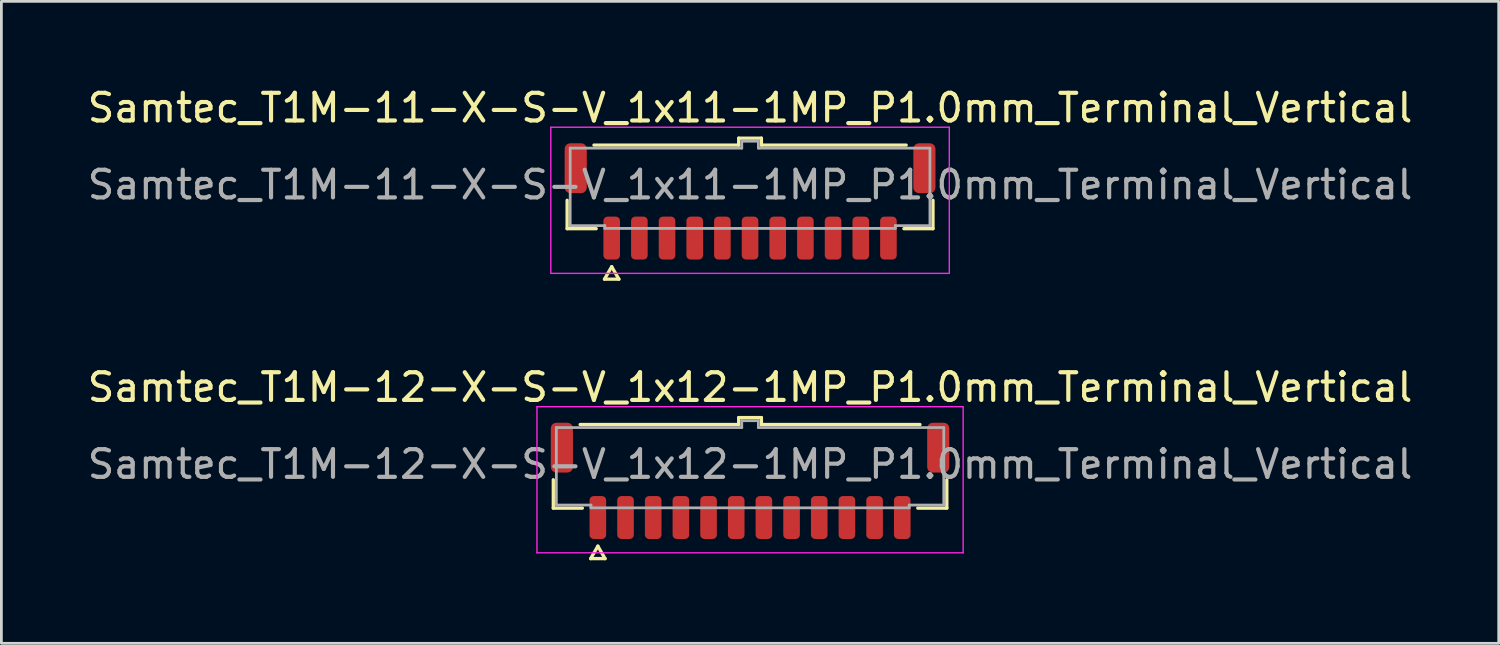
<source format=kicad_pcb>
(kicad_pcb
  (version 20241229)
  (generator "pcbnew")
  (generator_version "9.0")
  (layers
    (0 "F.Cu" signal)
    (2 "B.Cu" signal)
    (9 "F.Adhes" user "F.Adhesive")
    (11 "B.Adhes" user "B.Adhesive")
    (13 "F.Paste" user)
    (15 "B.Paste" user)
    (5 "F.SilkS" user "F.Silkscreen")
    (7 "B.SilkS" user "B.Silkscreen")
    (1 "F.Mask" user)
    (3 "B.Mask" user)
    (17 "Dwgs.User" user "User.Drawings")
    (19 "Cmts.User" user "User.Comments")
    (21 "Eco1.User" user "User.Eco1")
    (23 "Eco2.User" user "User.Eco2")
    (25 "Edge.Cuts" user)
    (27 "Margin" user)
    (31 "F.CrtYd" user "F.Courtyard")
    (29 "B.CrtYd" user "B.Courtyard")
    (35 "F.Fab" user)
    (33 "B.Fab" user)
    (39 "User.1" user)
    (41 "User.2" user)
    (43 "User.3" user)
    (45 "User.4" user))
  (footprint "Samtec_T1M-11-X-S-V_1x11-1MP_P1.0mm_Terminal_Vertical"
    (layer "F.Cu")
    (at 24.054 3.628)
    (property "Reference" "Samtec_T1M-11-X-S-V_1x11-1MP_P1.0mm_Terminal_Vertical" (at 0 -2.78 0) (layer "F.SilkS") (effects (font (size 1 1) (thickness 0.15))))
    (attr smd)
    (fp_line (start -6.61 1.585) (end -6.61 0.56) (stroke (width 0.12) (type solid)) (layer "F.SilkS"))
    (fp_line (start -5.64 -1.435) (end -0.41 -1.435) (stroke (width 0.12) (type solid)) (layer "F.SilkS"))
    (fp_line (start -5.56 1.585) (end -6.61 1.585) (stroke (width 0.12) (type solid)) (layer "F.SilkS"))
    (fp_line (start -5.26 3.41) (end -5 2.96) (stroke (width 0.12) (type solid)) (layer "F.SilkS"))
    (fp_line (start -5 2.96) (end -4.74 3.41) (stroke (width 0.12) (type solid)) (layer "F.SilkS"))
    (fp_line (start -4.74 3.41) (end -5.26 3.41) (stroke (width 0.12) (type solid)) (layer "F.SilkS"))
    (fp_line (start -0.41 -1.685) (end 0.41 -1.685) (stroke (width 0.12) (type solid)) (layer "F.SilkS"))
    (fp_line (start -0.41 -1.435) (end -0.41 -1.685) (stroke (width 0.12) (type solid)) (layer "F.SilkS"))
    (fp_line (start 0.41 -1.685) (end 0.41 -1.435) (stroke (width 0.12) (type solid)) (layer "F.SilkS"))
    (fp_line (start 0.41 -1.435) (end 5.64 -1.435) (stroke (width 0.12) (type solid)) (layer "F.SilkS"))
    (fp_line (start 6.61 0.56) (end 6.61 1.585) (stroke (width 0.12) (type solid)) (layer "F.SilkS"))
    (fp_line (start 6.61 1.585) (end 5.56 1.585) (stroke (width 0.12) (type solid)) (layer "F.SilkS"))
    (fp_line (start -7.2 -2.08) (end -7.2 3.2) (stroke (width 0.05) (type solid)) (layer "F.CrtYd"))
    (fp_line (start -7.2 3.2) (end 7.2 3.2) (stroke (width 0.05) (type solid)) (layer "F.CrtYd"))
    (fp_line (start 7.2 -2.08) (end -7.2 -2.08) (stroke (width 0.05) (type solid)) (layer "F.CrtYd"))
    (fp_line (start 7.2 3.2) (end 7.2 -2.08) (stroke (width 0.05) (type solid)) (layer "F.CrtYd"))
    (fp_line (start -6.5 -1.325) (end -0.3 -1.325) (stroke (width 0.1) (type solid)) (layer "F.Fab"))
    (fp_line (start -6.5 1.475) (end -6.5 -1.325) (stroke (width 0.1) (type solid)) (layer "F.Fab"))
    (fp_line (start -5.25 1.475) (end -6.5 1.475) (stroke (width 0.1) (type solid)) (layer "F.Fab"))
    (fp_line (start -5.25 1.575) (end -5.25 1.475) (stroke (width 0.1) (type solid)) (layer "F.Fab"))
    (fp_line (start -0.3 -1.575) (end 0.3 -1.575) (stroke (width 0.1) (type solid)) (layer "F.Fab"))
    (fp_line (start -0.3 -1.325) (end -0.3 -1.575) (stroke (width 0.1) (type solid)) (layer "F.Fab"))
    (fp_line (start 0.3 -1.575) (end 0.3 -1.325) (stroke (width 0.1) (type solid)) (layer "F.Fab"))
    (fp_line (start 0.3 -1.325) (end 6.5 -1.325) (stroke (width 0.1) (type solid)) (layer "F.Fab"))
    (fp_line (start 5.25 1.475) (end 5.25 1.575) (stroke (width 0.1) (type solid)) (layer "F.Fab"))
    (fp_line (start 5.25 1.575) (end -5.25 1.575) (stroke (width 0.1) (type solid)) (layer "F.Fab"))
    (fp_line (start 6.5 -1.325) (end 6.5 1.475) (stroke (width 0.1) (type solid)) (layer "F.Fab"))
    (fp_line (start 6.5 1.475) (end 5.25 1.475) (stroke (width 0.1) (type solid)) (layer "F.Fab"))
    (fp_text user "${REFERENCE}" (at 0 0 0) (layer "F.Fab") (effects (font (size 1 1) (thickness 0.15))))
    (pad "1" smd roundrect (at -5 1.925) (size 0.6 1.55) (layers "F.Cu" "F.Mask" "F.Paste") (roundrect_rratio 0.25))
    (pad "2" smd roundrect (at -4 1.925) (size 0.6 1.55) (layers "F.Cu" "F.Mask" "F.Paste") (roundrect_rratio 0.25))
    (pad "3" smd roundrect (at -3 1.925) (size 0.6 1.55) (layers "F.Cu" "F.Mask" "F.Paste") (roundrect_rratio 0.25))
    (pad "4" smd roundrect (at -2 1.925) (size 0.6 1.55) (layers "F.Cu" "F.Mask" "F.Paste") (roundrect_rratio 0.25))
    (pad "5" smd roundrect (at -1 1.925) (size 0.6 1.55) (layers "F.Cu" "F.Mask" "F.Paste") (roundrect_rratio 0.25))
    (pad "6" smd roundrect (at 0 1.925) (size 0.6 1.55) (layers "F.Cu" "F.Mask" "F.Paste") (roundrect_rratio 0.25))
    (pad "7" smd roundrect (at 1 1.925) (size 0.6 1.55) (layers "F.Cu" "F.Mask" "F.Paste") (roundrect_rratio 0.25))
    (pad "8" smd roundrect (at 2 1.925) (size 0.6 1.55) (layers "F.Cu" "F.Mask" "F.Paste") (roundrect_rratio 0.25))
    (pad "9" smd roundrect (at 3 1.925) (size 0.6 1.55) (layers "F.Cu" "F.Mask" "F.Paste") (roundrect_rratio 0.25))
    (pad "10" smd roundrect (at 4 1.925) (size 0.6 1.55) (layers "F.Cu" "F.Mask" "F.Paste") (roundrect_rratio 0.25))
    (pad "11" smd roundrect (at 5 1.925) (size 0.6 1.55) (layers "F.Cu" "F.Mask" "F.Paste") (roundrect_rratio 0.25))
    (pad "MP" smd roundrect (at -6.3 -0.6) (size 0.8 1.8) (layers "F.Cu" "F.Mask" "F.Paste") (roundrect_rratio 0.25))
    (pad "MP" smd roundrect (at 6.3 -0.6) (size 0.8 1.8) (layers "F.Cu" "F.Mask" "F.Paste") (roundrect_rratio 0.25)))
  (footprint "Samtec_T1M-12-X-S-V_1x12-1MP_P1.0mm_Terminal_Vertical"
    (layer "F.Cu")
    (at 24.054 13.726)
    (property "Reference" "Samtec_T1M-12-X-S-V_1x12-1MP_P1.0mm_Terminal_Vertical" (at 0 -2.78 0) (layer "F.SilkS") (effects (font (size 1 1) (thickness 0.15))))
    (attr smd)
    (fp_line (start -7.11 1.585) (end -7.11 0.56) (stroke (width 0.12) (type solid)) (layer "F.SilkS"))
    (fp_line (start -6.14 -1.435) (end -0.41 -1.435) (stroke (width 0.12) (type solid)) (layer "F.SilkS"))
    (fp_line (start -6.06 1.585) (end -7.11 1.585) (stroke (width 0.12) (type solid)) (layer "F.SilkS"))
    (fp_line (start -5.76 3.41) (end -5.5 2.96) (stroke (width 0.12) (type solid)) (layer "F.SilkS"))
    (fp_line (start -5.5 2.96) (end -5.24 3.41) (stroke (width 0.12) (type solid)) (layer "F.SilkS"))
    (fp_line (start -5.24 3.41) (end -5.76 3.41) (stroke (width 0.12) (type solid)) (layer "F.SilkS"))
    (fp_line (start -0.41 -1.685) (end 0.41 -1.685) (stroke (width 0.12) (type solid)) (layer "F.SilkS"))
    (fp_line (start -0.41 -1.435) (end -0.41 -1.685) (stroke (width 0.12) (type solid)) (layer "F.SilkS"))
    (fp_line (start 0.41 -1.685) (end 0.41 -1.435) (stroke (width 0.12) (type solid)) (layer "F.SilkS"))
    (fp_line (start 0.41 -1.435) (end 6.14 -1.435) (stroke (width 0.12) (type solid)) (layer "F.SilkS"))
    (fp_line (start 7.11 0.56) (end 7.11 1.585) (stroke (width 0.12) (type solid)) (layer "F.SilkS"))
    (fp_line (start 7.11 1.585) (end 6.06 1.585) (stroke (width 0.12) (type solid)) (layer "F.SilkS"))
    (fp_line (start -7.7 -2.08) (end -7.7 3.2) (stroke (width 0.05) (type solid)) (layer "F.CrtYd"))
    (fp_line (start -7.7 3.2) (end 7.7 3.2) (stroke (width 0.05) (type solid)) (layer "F.CrtYd"))
    (fp_line (start 7.7 -2.08) (end -7.7 -2.08) (stroke (width 0.05) (type solid)) (layer "F.CrtYd"))
    (fp_line (start 7.7 3.2) (end 7.7 -2.08) (stroke (width 0.05) (type solid)) (layer "F.CrtYd"))
    (fp_line (start -7 -1.325) (end -0.3 -1.325) (stroke (width 0.1) (type solid)) (layer "F.Fab"))
    (fp_line (start -7 1.475) (end -7 -1.325) (stroke (width 0.1) (type solid)) (layer "F.Fab"))
    (fp_line (start -5.75 1.475) (end -7 1.475) (stroke (width 0.1) (type solid)) (layer "F.Fab"))
    (fp_line (start -5.75 1.575) (end -5.75 1.475) (stroke (width 0.1) (type solid)) (layer "F.Fab"))
    (fp_line (start -0.3 -1.575) (end 0.3 -1.575) (stroke (width 0.1) (type solid)) (layer "F.Fab"))
    (fp_line (start -0.3 -1.325) (end -0.3 -1.575) (stroke (width 0.1) (type solid)) (layer "F.Fab"))
    (fp_line (start 0.3 -1.575) (end 0.3 -1.325) (stroke (width 0.1) (type solid)) (layer "F.Fab"))
    (fp_line (start 0.3 -1.325) (end 7 -1.325) (stroke (width 0.1) (type solid)) (layer "F.Fab"))
    (fp_line (start 5.75 1.475) (end 5.75 1.575) (stroke (width 0.1) (type solid)) (layer "F.Fab"))
    (fp_line (start 5.75 1.575) (end -5.75 1.575) (stroke (width 0.1) (type solid)) (layer "F.Fab"))
    (fp_line (start 7 -1.325) (end 7 1.475) (stroke (width 0.1) (type solid)) (layer "F.Fab"))
    (fp_line (start 7 1.475) (end 5.75 1.475) (stroke (width 0.1) (type solid)) (layer "F.Fab"))
    (fp_text user "${REFERENCE}" (at 0 0 0) (layer "F.Fab") (effects (font (size 1 1) (thickness 0.15))))
    (pad "1" smd roundrect (at -5.5 1.925) (size 0.6 1.55) (layers "F.Cu" "F.Mask" "F.Paste") (roundrect_rratio 0.25))
    (pad "2" smd roundrect (at -4.5 1.925) (size 0.6 1.55) (layers "F.Cu" "F.Mask" "F.Paste") (roundrect_rratio 0.25))
    (pad "3" smd roundrect (at -3.5 1.925) (size 0.6 1.55) (layers "F.Cu" "F.Mask" "F.Paste") (roundrect_rratio 0.25))
    (pad "4" smd roundrect (at -2.5 1.925) (size 0.6 1.55) (layers "F.Cu" "F.Mask" "F.Paste") (roundrect_rratio 0.25))
    (pad "5" smd roundrect (at -1.5 1.925) (size 0.6 1.55) (layers "F.Cu" "F.Mask" "F.Paste") (roundrect_rratio 0.25))
    (pad "6" smd roundrect (at -0.5 1.925) (size 0.6 1.55) (layers "F.Cu" "F.Mask" "F.Paste") (roundrect_rratio 0.25))
    (pad "7" smd roundrect (at 0.5 1.925) (size 0.6 1.55) (layers "F.Cu" "F.Mask" "F.Paste") (roundrect_rratio 0.25))
    (pad "8" smd roundrect (at 1.5 1.925) (size 0.6 1.55) (layers "F.Cu" "F.Mask" "F.Paste") (roundrect_rratio 0.25))
    (pad "9" smd roundrect (at 2.5 1.925) (size 0.6 1.55) (layers "F.Cu" "F.Mask" "F.Paste") (roundrect_rratio 0.25))
    (pad "10" smd roundrect (at 3.5 1.925) (size 0.6 1.55) (layers "F.Cu" "F.Mask" "F.Paste") (roundrect_rratio 0.25))
    (pad "11" smd roundrect (at 4.5 1.925) (size 0.6 1.55) (layers "F.Cu" "F.Mask" "F.Paste") (roundrect_rratio 0.25))
    (pad "12" smd roundrect (at 5.5 1.925) (size 0.6 1.55) (layers "F.Cu" "F.Mask" "F.Paste") (roundrect_rratio 0.25))
    (pad "MP" smd roundrect (at -6.8 -0.6) (size 0.8 1.8) (layers "F.Cu" "F.Mask" "F.Paste") (roundrect_rratio 0.25))
    (pad "MP" smd roundrect (at 6.8 -0.6) (size 0.8 1.8) (layers "F.Cu" "F.Mask" "F.Paste") (roundrect_rratio 0.25)))
  (gr_rect
    (start -3 -3)
    (end 51.107 20.197)
    (stroke (width 0.1) (type default))
    (fill no)
    (layer "Edge.Cuts")))
</source>
